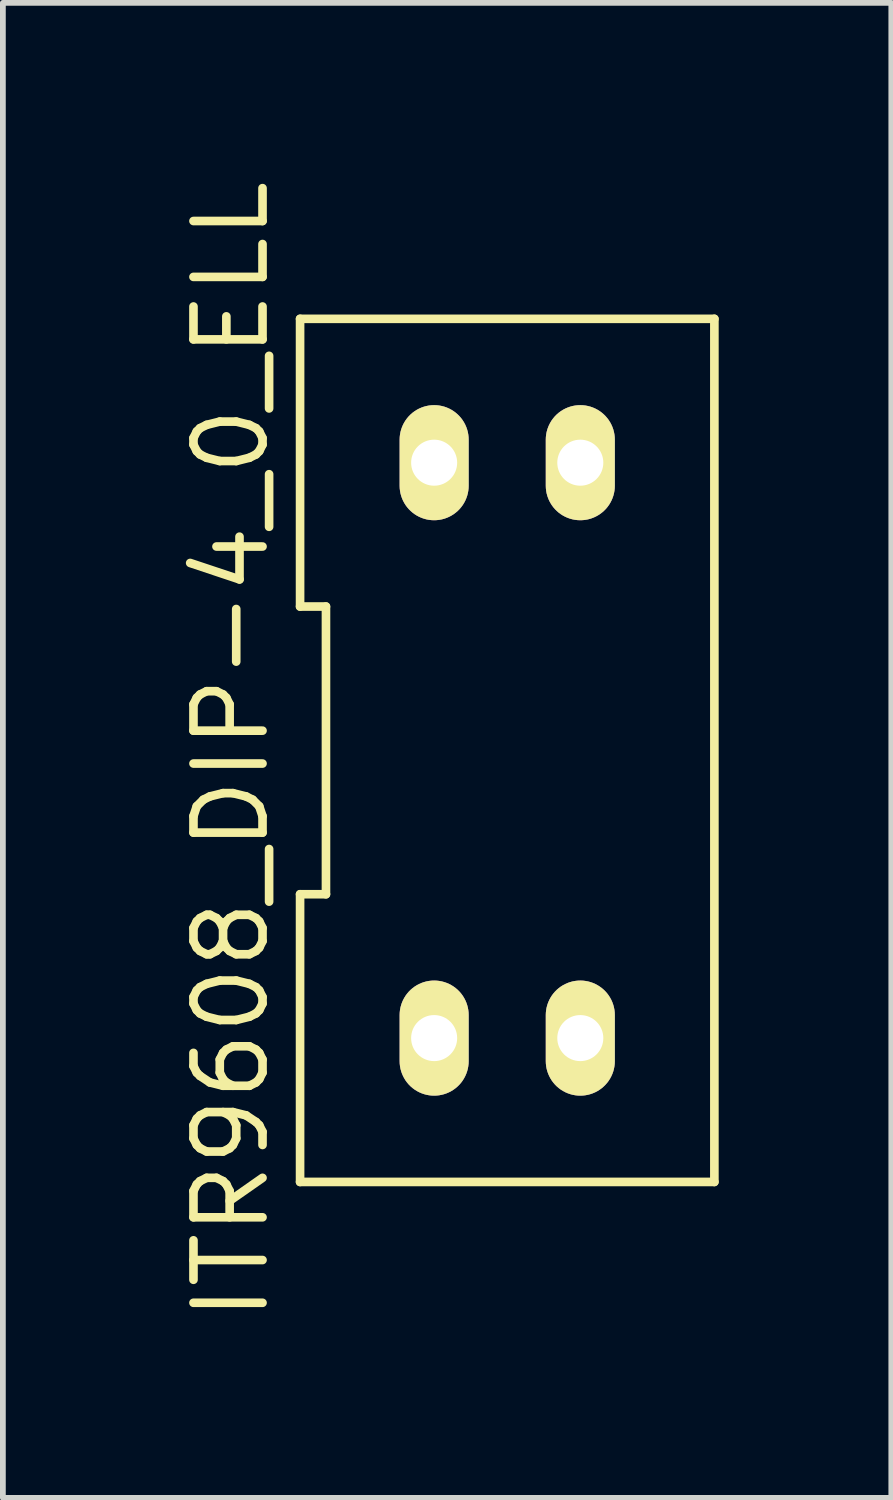
<source format=kicad_pcb>
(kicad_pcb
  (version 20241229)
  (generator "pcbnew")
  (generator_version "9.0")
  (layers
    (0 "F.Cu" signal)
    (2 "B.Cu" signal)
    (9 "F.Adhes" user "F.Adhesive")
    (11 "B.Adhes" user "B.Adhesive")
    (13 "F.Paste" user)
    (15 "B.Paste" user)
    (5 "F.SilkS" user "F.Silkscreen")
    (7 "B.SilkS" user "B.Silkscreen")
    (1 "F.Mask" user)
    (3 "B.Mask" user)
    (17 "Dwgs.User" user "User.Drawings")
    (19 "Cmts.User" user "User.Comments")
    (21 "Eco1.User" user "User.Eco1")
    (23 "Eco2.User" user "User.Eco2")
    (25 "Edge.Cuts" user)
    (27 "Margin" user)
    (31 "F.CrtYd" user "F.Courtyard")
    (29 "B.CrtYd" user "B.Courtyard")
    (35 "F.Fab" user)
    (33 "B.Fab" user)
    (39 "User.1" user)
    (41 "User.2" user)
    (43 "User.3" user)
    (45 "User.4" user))
  (footprint "ITR9608_DIP-4_0_ELL"
    (layer "F.Cu")
    (at 5.765 9.991)
    (property "Reference" "ITR9608_DIP-4_0_ELL" (at -4.8 0 90) (layer "F.SilkS") (effects (font (size 1.2 1.2) (thickness 0.15))))
    (attr through_hole)
    (fp_line (start -3.6 -2.5) (end -3.15 -2.5) (stroke (width 0.15) (type solid)) (layer "F.SilkS"))
    (fp_line (start -3.6 2.5) (end -3.6 7.5) (stroke (width 0.15) (type solid)) (layer "F.SilkS"))
    (fp_line (start -3.6 7.5) (end 3.6 7.5) (stroke (width 0.15) (type solid)) (layer "F.SilkS"))
    (fp_line (start -3.6 -7.5) (end -3.6 -2.5) (stroke (width 0.15) (type solid)) (layer "F.SilkS"))
    (fp_line (start -3.15 -2.5) (end -3.15 2.5) (stroke (width 0.15) (type solid)) (layer "F.SilkS"))
    (fp_line (start -3.15 2.5) (end -3.6 2.5) (stroke (width 0.15) (type solid)) (layer "F.SilkS"))
    (fp_line (start 3.6 7.5) (end 3.6 -7.5) (stroke (width 0.15) (type solid)) (layer "F.SilkS"))
    (fp_line (start 3.6 -7.5) (end -3.6 -7.5) (stroke (width 0.15) (type solid)) (layer "F.SilkS"))
    (pad "1" thru_hole oval (at -1.27 5) (size 1.2 2) (drill 0.8) (layers "*.Cu" "*.Mask" "F.SilkS"))
    (pad "2" thru_hole oval (at 1.27 5) (size 1.2 2) (drill 0.8) (layers "*.Cu" "*.Mask" "F.SilkS"))
    (pad "3" thru_hole oval (at 1.27 -5) (size 1.2 2) (drill 0.8) (layers "*.Cu" "*.Mask" "F.SilkS"))
    (pad "4" thru_hole oval (at -1.27 -5) (size 1.2 2) (drill 0.8) (layers "*.Cu" "*.Mask" "F.SilkS")))
  (gr_rect
    (start -3 -3)
    (end 12.44 22.981)
    (stroke (width 0.1) (type default))
    (fill no)
    (layer "Edge.Cuts")))
</source>
